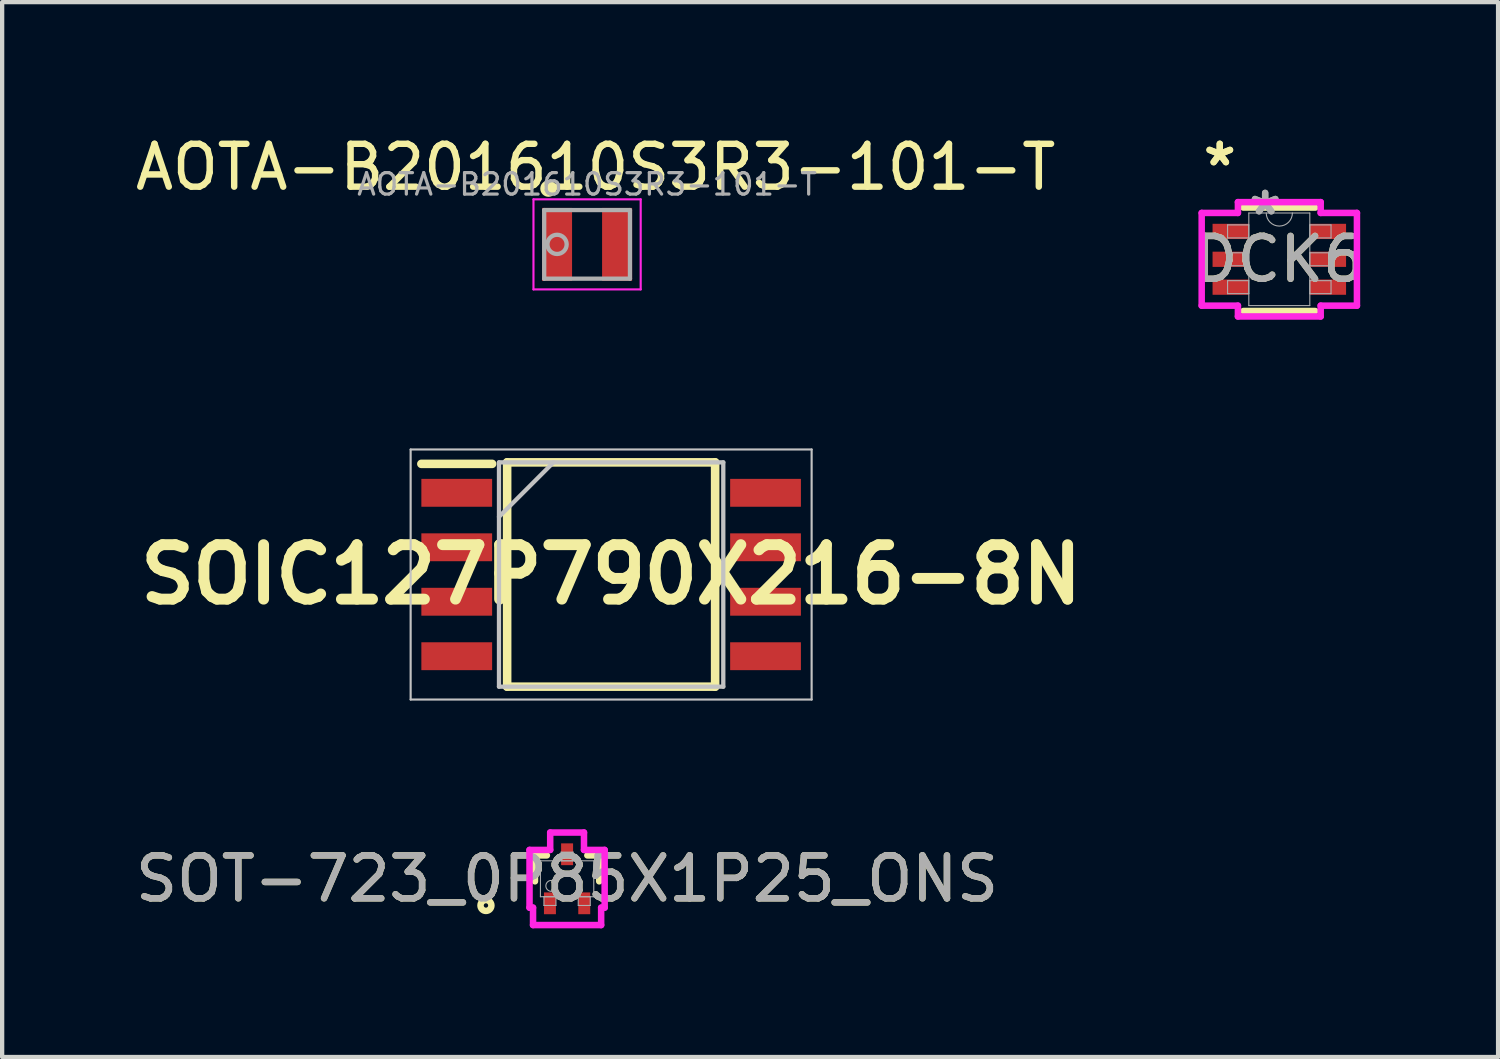
<source format=kicad_pcb>
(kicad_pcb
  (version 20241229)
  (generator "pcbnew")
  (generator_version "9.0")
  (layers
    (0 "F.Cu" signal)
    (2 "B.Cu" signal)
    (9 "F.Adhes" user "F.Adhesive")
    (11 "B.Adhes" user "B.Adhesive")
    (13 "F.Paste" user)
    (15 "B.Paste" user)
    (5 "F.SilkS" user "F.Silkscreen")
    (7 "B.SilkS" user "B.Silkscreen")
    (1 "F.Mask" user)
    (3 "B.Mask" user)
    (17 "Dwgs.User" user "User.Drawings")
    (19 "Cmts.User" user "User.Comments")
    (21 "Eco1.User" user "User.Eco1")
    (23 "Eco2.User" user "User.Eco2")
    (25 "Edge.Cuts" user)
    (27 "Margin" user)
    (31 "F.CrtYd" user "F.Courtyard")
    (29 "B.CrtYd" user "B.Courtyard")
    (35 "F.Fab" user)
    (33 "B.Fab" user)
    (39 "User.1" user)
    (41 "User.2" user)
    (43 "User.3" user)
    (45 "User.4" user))
  (footprint "SOT-723_0P85X1P25_ONS"
    (layer "F.Cu")
    (at 10.173 17.441)
    (property "Reference" "SOT-723_0P85X1P25_ONS" (at 0 0 0) (unlocked yes) (layer "F.SilkS") (effects (font (size 1 1) (thickness 0.15))))
    (attr smd)
    (fp_line (start -0.749 -0.546) (end -0.749 0.059) (stroke (width 0.152) (type solid)) (layer "F.SilkS"))
    (fp_line (start -0.472 -0.546) (end -0.749 -0.546) (stroke (width 0.152) (type solid)) (layer "F.SilkS"))
    (fp_line (start 0.749 -0.546) (end 0.472 -0.546) (stroke (width 0.152) (type solid)) (layer "F.SilkS"))
    (fp_line (start 0.749 0.059) (end 0.749 -0.546) (stroke (width 0.152) (type solid)) (layer "F.SilkS"))
    (fp_circle (center -1.892 0.622) (end -1.765 0.622) (stroke (width 0.152) (type solid)) (fill no) (layer "F.SilkS"))
    (fp_line (start -0.876 -0.673) (end -0.394 -0.673) (stroke (width 0.152) (type solid)) (layer "F.CrtYd"))
    (fp_line (start -0.876 0.673) (end -0.876 -0.673) (stroke (width 0.152) (type solid)) (layer "F.CrtYd"))
    (fp_line (start -0.876 0.673) (end -0.794 0.673) (stroke (width 0.152) (type solid)) (layer "F.CrtYd"))
    (fp_line (start -0.794 0.673) (end -0.794 1.079) (stroke (width 0.152) (type solid)) (layer "F.CrtYd"))
    (fp_line (start -0.794 1.079) (end 0.794 1.079) (stroke (width 0.152) (type solid)) (layer "F.CrtYd"))
    (fp_line (start -0.394 -1.079) (end 0.394 -1.079) (stroke (width 0.152) (type solid)) (layer "F.CrtYd"))
    (fp_line (start -0.394 -0.673) (end -0.394 -1.079) (stroke (width 0.152) (type solid)) (layer "F.CrtYd"))
    (fp_line (start 0.394 -0.673) (end 0.394 -1.079) (stroke (width 0.152) (type solid)) (layer "F.CrtYd"))
    (fp_line (start 0.794 0.673) (end 0.794 1.079) (stroke (width 0.152) (type solid)) (layer "F.CrtYd"))
    (fp_line (start 0.876 -0.673) (end 0.394 -0.673) (stroke (width 0.152) (type solid)) (layer "F.CrtYd"))
    (fp_line (start 0.876 -0.673) (end 0.876 0.673) (stroke (width 0.152) (type solid)) (layer "F.CrtYd"))
    (fp_line (start 0.876 0.673) (end 0.794 0.673) (stroke (width 0.152) (type solid)) (layer "F.CrtYd"))
    (fp_line (start -0.622 -0.419) (end -0.622 0.419) (stroke (width 0.025) (type solid)) (layer "F.Fab"))
    (fp_line (start -0.622 0.419) (end 0.622 0.419) (stroke (width 0.025) (type solid)) (layer "F.Fab"))
    (fp_line (start -0.54 0.419) (end -0.54 0.622) (stroke (width 0.025) (type solid)) (layer "F.Fab"))
    (fp_line (start -0.54 0.622) (end -0.26 0.622) (stroke (width 0.025) (type solid)) (layer "F.Fab"))
    (fp_line (start -0.26 0.419) (end -0.54 0.419) (stroke (width 0.025) (type solid)) (layer "F.Fab"))
    (fp_line (start -0.26 0.622) (end -0.26 0.419) (stroke (width 0.025) (type solid)) (layer "F.Fab"))
    (fp_line (start -0.14 -0.622) (end -0.14 -0.419) (stroke (width 0.025) (type solid)) (layer "F.Fab"))
    (fp_line (start -0.14 -0.419) (end 0.14 -0.419) (stroke (width 0.025) (type solid)) (layer "F.Fab"))
    (fp_line (start 0.14 -0.622) (end -0.14 -0.622) (stroke (width 0.025) (type solid)) (layer "F.Fab"))
    (fp_line (start 0.14 -0.419) (end 0.14 -0.622) (stroke (width 0.025) (type solid)) (layer "F.Fab"))
    (fp_line (start 0.26 0.419) (end 0.26 0.622) (stroke (width 0.025) (type solid)) (layer "F.Fab"))
    (fp_line (start 0.26 0.622) (end 0.54 0.622) (stroke (width 0.025) (type solid)) (layer "F.Fab"))
    (fp_line (start 0.54 0.419) (end 0.26 0.419) (stroke (width 0.025) (type solid)) (layer "F.Fab"))
    (fp_line (start 0.54 0.622) (end 0.54 0.419) (stroke (width 0.025) (type solid)) (layer "F.Fab"))
    (fp_line (start 0.622 -0.419) (end -0.622 -0.419) (stroke (width 0.025) (type solid)) (layer "F.Fab"))
    (fp_line (start 0.622 0.419) (end 0.622 -0.419) (stroke (width 0.025) (type solid)) (layer "F.Fab"))
    (fp_circle (center -0.368 0.165) (end -0.241 0.165) (stroke (width 0.025) (type solid)) (fill no) (layer "F.Fab"))
    (fp_text user "${REFERENCE}" (at 0 0 0) (unlocked yes) (layer "F.Fab") (effects (font (size 1 1) (thickness 0.15))))
    (pad "1" smd rect (at -0.4 0.572) (size 0.279 0.508) (layers "F.Cu" "F.Mask" "F.Paste"))
    (pad "2" smd rect (at 0.4 0.572) (size 0.279 0.508) (layers "F.Cu" "F.Mask" "F.Paste"))
    (pad "3" smd rect (at 0 -0.572) (size 0.279 0.508) (layers "F.Cu" "F.Mask" "F.Paste")))
  (footprint "AOTA-B201610S3R3-101-T"
    (layer "F.Cu")
    (at 10.639 2.648)
    (property "Reference" "AOTA-B201610S3R3-101-T" (at 0.2 -1.8 0) (layer "F.SilkS") (effects (font (size 1 1) (thickness 0.15))))
    (attr smd)
    (fp_circle (center -0.9 -1.3) (end -0.759 -1.3) (stroke (width 0.1) (type solid)) (fill yes) (layer "F.SilkS"))
    (fp_line (start -1.25 -1.05) (end -1.25 1.05) (stroke (width 0.05) (type solid)) (layer "F.CrtYd"))
    (fp_line (start -1.25 1.05) (end 1.25 1.05) (stroke (width 0.05) (type solid)) (layer "F.CrtYd"))
    (fp_line (start 1.25 -1.05) (end -1.25 -1.05) (stroke (width 0.05) (type solid)) (layer "F.CrtYd"))
    (fp_line (start 1.25 1.05) (end 1.25 -1.05) (stroke (width 0.05) (type solid)) (layer "F.CrtYd"))
    (fp_line (start -1 -0.8) (end -1 0.8) (stroke (width 0.1) (type solid)) (layer "F.Fab"))
    (fp_line (start -1 0.8) (end 1 0.8) (stroke (width 0.1) (type solid)) (layer "F.Fab"))
    (fp_line (start 1 -0.8) (end -1 -0.8) (stroke (width 0.1) (type solid)) (layer "F.Fab"))
    (fp_line (start 1 0.8) (end 1 -0.8) (stroke (width 0.1) (type solid)) (layer "F.Fab"))
    (fp_circle (center -0.7 0) (end -0.476 0) (stroke (width 0.1) (type solid)) (fill no) (layer "F.Fab"))
    (fp_text user "${REFERENCE}" (at 0 -1.4 0) (layer "F.Fab") (effects (font (size 0.5 0.5) (thickness 0.075))))
    (pad "1" smd rect (at -0.7 0) (size 0.7 1.7) (layers "F.Cu" "F.Mask" "F.Paste"))
    (pad "2" smd rect (at 0.7 0) (size 0.7 1.7) (layers "F.Cu" "F.Mask" "F.Paste")))
  (footprint "DCK6"
    (layer "F.Cu")
    (at 26.78 2.996)
    (property "Reference" "DCK6" (at 0 0 0) (unlocked yes) (layer "F.SilkS") (effects (font (size 1 1) (thickness 0.15))))
    (attr smd)
    (fp_line (start -0.838 1.206) (end 0.838 1.206) (stroke (width 0.152) (type solid)) (layer "F.SilkS"))
    (fp_line (start 0.838 -1.206) (end -0.838 -1.206) (stroke (width 0.152) (type solid)) (layer "F.SilkS"))
    (fp_line (start -1.81 -1.081) (end -0.965 -1.081) (stroke (width 0.152) (type solid)) (layer "F.CrtYd"))
    (fp_line (start -1.81 1.081) (end -1.81 -1.081) (stroke (width 0.152) (type solid)) (layer "F.CrtYd"))
    (fp_line (start -1.81 1.081) (end -0.965 1.081) (stroke (width 0.152) (type solid)) (layer "F.CrtYd"))
    (fp_line (start -0.965 -1.333) (end 0.965 -1.333) (stroke (width 0.152) (type solid)) (layer "F.CrtYd"))
    (fp_line (start -0.965 -1.081) (end -0.965 -1.333) (stroke (width 0.152) (type solid)) (layer "F.CrtYd"))
    (fp_line (start -0.965 1.333) (end -0.965 1.081) (stroke (width 0.152) (type solid)) (layer "F.CrtYd"))
    (fp_line (start 0.965 -1.333) (end 0.965 -1.081) (stroke (width 0.152) (type solid)) (layer "F.CrtYd"))
    (fp_line (start 0.965 1.081) (end 0.965 1.333) (stroke (width 0.152) (type solid)) (layer "F.CrtYd"))
    (fp_line (start 0.965 1.333) (end -0.965 1.333) (stroke (width 0.152) (type solid)) (layer "F.CrtYd"))
    (fp_line (start 1.81 -1.081) (end 0.965 -1.081) (stroke (width 0.152) (type solid)) (layer "F.CrtYd"))
    (fp_line (start 1.81 -1.081) (end 1.81 1.081) (stroke (width 0.152) (type solid)) (layer "F.CrtYd"))
    (fp_line (start 1.81 1.081) (end 0.965 1.081) (stroke (width 0.152) (type solid)) (layer "F.CrtYd"))
    (fp_line (start -1.206 -0.802) (end -1.206 -0.498) (stroke (width 0.025) (type solid)) (layer "F.Fab"))
    (fp_line (start -1.206 -0.498) (end -0.711 -0.498) (stroke (width 0.025) (type solid)) (layer "F.Fab"))
    (fp_line (start -1.206 -0.152) (end -1.206 0.152) (stroke (width 0.025) (type solid)) (layer "F.Fab"))
    (fp_line (start -1.206 0.152) (end -0.711 0.152) (stroke (width 0.025) (type solid)) (layer "F.Fab"))
    (fp_line (start -1.206 0.498) (end -1.206 0.802) (stroke (width 0.025) (type solid)) (layer "F.Fab"))
    (fp_line (start -1.206 0.802) (end -0.711 0.802) (stroke (width 0.025) (type solid)) (layer "F.Fab"))
    (fp_line (start -0.711 -1.079) (end -0.711 1.079) (stroke (width 0.025) (type solid)) (layer "F.Fab"))
    (fp_line (start -0.711 -0.802) (end -1.206 -0.802) (stroke (width 0.025) (type solid)) (layer "F.Fab"))
    (fp_line (start -0.711 -0.498) (end -0.711 -0.802) (stroke (width 0.025) (type solid)) (layer "F.Fab"))
    (fp_line (start -0.711 -0.152) (end -1.206 -0.152) (stroke (width 0.025) (type solid)) (layer "F.Fab"))
    (fp_line (start -0.711 0.152) (end -0.711 -0.152) (stroke (width 0.025) (type solid)) (layer "F.Fab"))
    (fp_line (start -0.711 0.498) (end -1.206 0.498) (stroke (width 0.025) (type solid)) (layer "F.Fab"))
    (fp_line (start -0.711 0.802) (end -0.711 0.498) (stroke (width 0.025) (type solid)) (layer "F.Fab"))
    (fp_line (start -0.711 1.079) (end 0.711 1.079) (stroke (width 0.025) (type solid)) (layer "F.Fab"))
    (fp_line (start 0.711 -1.079) (end -0.711 -1.079) (stroke (width 0.025) (type solid)) (layer "F.Fab"))
    (fp_line (start 0.711 -0.802) (end 0.711 -0.498) (stroke (width 0.025) (type solid)) (layer "F.Fab"))
    (fp_line (start 0.711 -0.498) (end 1.206 -0.498) (stroke (width 0.025) (type solid)) (layer "F.Fab"))
    (fp_line (start 0.711 -0.152) (end 0.711 0.152) (stroke (width 0.025) (type solid)) (layer "F.Fab"))
    (fp_line (start 0.711 0.152) (end 1.206 0.152) (stroke (width 0.025) (type solid)) (layer "F.Fab"))
    (fp_line (start 0.711 0.498) (end 0.711 0.802) (stroke (width 0.025) (type solid)) (layer "F.Fab"))
    (fp_line (start 0.711 0.802) (end 1.206 0.802) (stroke (width 0.025) (type solid)) (layer "F.Fab"))
    (fp_line (start 0.711 1.079) (end 0.711 -1.079) (stroke (width 0.025) (type solid)) (layer "F.Fab"))
    (fp_line (start 1.206 -0.802) (end 0.711 -0.802) (stroke (width 0.025) (type solid)) (layer "F.Fab"))
    (fp_line (start 1.206 -0.498) (end 1.206 -0.802) (stroke (width 0.025) (type solid)) (layer "F.Fab"))
    (fp_line (start 1.206 -0.152) (end 0.711 -0.152) (stroke (width 0.025) (type solid)) (layer "F.Fab"))
    (fp_line (start 1.206 0.152) (end 1.206 -0.152) (stroke (width 0.025) (type solid)) (layer "F.Fab"))
    (fp_line (start 1.206 0.498) (end 0.711 0.498) (stroke (width 0.025) (type solid)) (layer "F.Fab"))
    (fp_line (start 1.206 0.802) (end 1.206 0.498) (stroke (width 0.025) (type solid)) (layer "F.Fab"))
    (fp_arc (start 0.3048 -1.0795) (mid 0 -0.7747) (end -0.3048 -1.0795) (stroke (width 0.0254) (type solid)) (layer "F.Fab"))
    (fp_text user "*" (at -1.388 -2.148 0) (layer "F.SilkS") (effects (font (size 1 1) (thickness 0.15))))
    (fp_text user "*" (at -1.388 -2.148 0) (unlocked yes) (layer "F.SilkS") (effects (font (size 1 1) (thickness 0.15))))
    (fp_text user "*" (at -0.33 -1.003 0) (layer "F.Fab") (effects (font (size 1 1) (thickness 0.15))))
    (fp_text user "${REFERENCE}" (at 0 0 0) (unlocked yes) (layer "F.Fab") (effects (font (size 1 1) (thickness 0.15))))
    (fp_text user "*" (at -0.33 -1.003 0) (unlocked yes) (layer "F.Fab") (effects (font (size 1 1) (thickness 0.15))))
    (pad "1" smd rect (at -1.134 -0.65) (size 0.845 0.355) (layers "F.Cu" "F.Mask" "F.Paste"))
    (pad "2" smd rect (at -1.134 0) (size 0.845 0.355) (layers "F.Cu" "F.Mask" "F.Paste"))
    (pad "3" smd rect (at -1.134 0.65) (size 0.845 0.355) (layers "F.Cu" "F.Mask" "F.Paste"))
    (pad "4" smd rect (at 1.134 0.65) (size 0.845 0.355) (layers "F.Cu" "F.Mask" "F.Paste"))
    (pad "5" smd rect (at 1.134 0) (size 0.845 0.355) (layers "F.Cu" "F.Mask" "F.Paste"))
    (pad "6" smd rect (at 1.134 -0.65) (size 0.845 0.355) (layers "F.Cu" "F.Mask" "F.Paste")))
  (footprint "SOIC127P790X216-8N"
    (layer "F.Cu")
    (at 11.2 10.346)
    (property "Reference" "SOIC127P790X216-8N" (at 0 0 0) (layer "F.SilkS") (effects (font (size 1.27 1.27) (thickness 0.254))))
    (attr smd)
    (fp_line (start -4.425 -2.58) (end -2.775 -2.58) (stroke (width 0.2) (type solid)) (layer "F.SilkS"))
    (fp_line (start -2.425 -2.615) (end 2.425 -2.615) (stroke (width 0.2) (type solid)) (layer "F.SilkS"))
    (fp_line (start -2.425 2.615) (end -2.425 -2.615) (stroke (width 0.2) (type solid)) (layer "F.SilkS"))
    (fp_line (start 2.425 -2.615) (end 2.425 2.615) (stroke (width 0.2) (type solid)) (layer "F.SilkS"))
    (fp_line (start 2.425 2.615) (end -2.425 2.615) (stroke (width 0.2) (type solid)) (layer "F.SilkS"))
    (fp_line (start -4.675 -2.915) (end 4.675 -2.915) (stroke (width 0.05) (type solid)) (layer "Dwgs.User"))
    (fp_line (start -4.675 2.915) (end -4.675 -2.915) (stroke (width 0.05) (type solid)) (layer "Dwgs.User"))
    (fp_line (start -2.615 -2.615) (end 2.615 -2.615) (stroke (width 0.1) (type solid)) (layer "Dwgs.User"))
    (fp_line (start -2.615 -1.345) (end -1.345 -2.615) (stroke (width 0.1) (type solid)) (layer "Dwgs.User"))
    (fp_line (start -2.615 2.615) (end -2.615 -2.615) (stroke (width 0.1) (type solid)) (layer "Dwgs.User"))
    (fp_line (start 2.615 -2.615) (end 2.615 2.615) (stroke (width 0.1) (type solid)) (layer "Dwgs.User"))
    (fp_line (start 2.615 2.615) (end -2.615 2.615) (stroke (width 0.1) (type solid)) (layer "Dwgs.User"))
    (fp_line (start 4.675 -2.915) (end 4.675 2.915) (stroke (width 0.05) (type solid)) (layer "Dwgs.User"))
    (fp_line (start 4.675 2.915) (end -4.675 2.915) (stroke (width 0.05) (type solid)) (layer "Dwgs.User"))
    (pad "1" smd rect (at -3.6 -1.905 90) (size 0.65 1.65) (layers "F.Cu" "F.Mask" "F.Paste"))
    (pad "2" smd rect (at -3.6 -0.635 90) (size 0.65 1.65) (layers "F.Cu" "F.Mask" "F.Paste"))
    (pad "3" smd rect (at -3.6 0.635 90) (size 0.65 1.65) (layers "F.Cu" "F.Mask" "F.Paste"))
    (pad "4" smd rect (at -3.6 1.905 90) (size 0.65 1.65) (layers "F.Cu" "F.Mask" "F.Paste"))
    (pad "5" smd rect (at 3.6 1.905 90) (size 0.65 1.65) (layers "F.Cu" "F.Mask" "F.Paste"))
    (pad "6" smd rect (at 3.6 0.635 90) (size 0.65 1.65) (layers "F.Cu" "F.Mask" "F.Paste"))
    (pad "7" smd rect (at 3.6 -0.635 90) (size 0.65 1.65) (layers "F.Cu" "F.Mask" "F.Paste"))
    (pad "8" smd rect (at 3.6 -1.905 90) (size 0.65 1.65) (layers "F.Cu" "F.Mask" "F.Paste")))
  (gr_rect
    (start -3 -3)
    (end 31.881 21.597)
    (stroke (width 0.1) (type default))
    (fill no)
    (layer "Edge.Cuts")))
</source>
